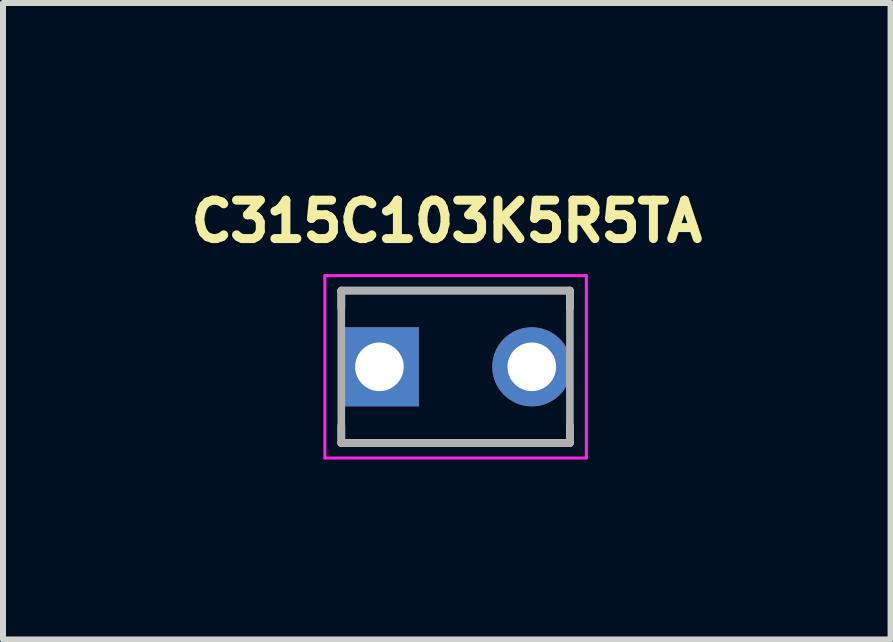
<source format=kicad_pcb>
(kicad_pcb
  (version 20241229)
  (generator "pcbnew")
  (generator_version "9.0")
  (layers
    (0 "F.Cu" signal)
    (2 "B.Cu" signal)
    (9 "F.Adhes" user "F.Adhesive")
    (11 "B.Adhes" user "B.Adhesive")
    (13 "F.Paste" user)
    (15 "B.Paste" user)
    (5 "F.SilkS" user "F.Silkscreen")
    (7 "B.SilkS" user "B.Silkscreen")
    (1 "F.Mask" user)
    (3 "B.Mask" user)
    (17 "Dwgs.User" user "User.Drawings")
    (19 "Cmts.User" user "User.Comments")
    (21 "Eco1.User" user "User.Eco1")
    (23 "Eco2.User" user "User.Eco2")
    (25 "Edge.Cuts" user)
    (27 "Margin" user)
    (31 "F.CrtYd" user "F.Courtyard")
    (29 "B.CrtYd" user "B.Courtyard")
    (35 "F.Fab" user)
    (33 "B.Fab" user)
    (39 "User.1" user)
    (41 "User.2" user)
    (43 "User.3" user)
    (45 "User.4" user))
  (footprint "C315C103K5R5TA"
    (layer "F.Cu")
    (at 4.544 3.064)
    (property "Reference" "C315C103K5R5TA" (at -0.147 -2.426 0) (layer "F.SilkS") (effects (font (size 0.64 0.64) (thickness 0.15))))
    (attr through_hole)
    (fp_line (start -1.905 -1.27) (end -1.905 -0.979) (stroke (width 0.127) (type solid)) (layer "F.SilkS"))
    (fp_line (start -1.905 1.27) (end -1.905 0.979) (stroke (width 0.127) (type solid)) (layer "F.SilkS"))
    (fp_line (start -1.905 1.27) (end 1.905 1.27) (stroke (width 0.127) (type solid)) (layer "F.SilkS"))
    (fp_line (start 1.905 -1.27) (end -1.905 -1.27) (stroke (width 0.127) (type solid)) (layer "F.SilkS"))
    (fp_line (start 1.905 -0.979) (end 1.905 -1.27) (stroke (width 0.127) (type solid)) (layer "F.SilkS"))
    (fp_line (start 1.905 1.27) (end 1.905 0.979) (stroke (width 0.127) (type solid)) (layer "F.SilkS"))
    (fp_line (start -2.179 -1.52) (end -2.179 1.52) (stroke (width 0.05) (type solid)) (layer "F.CrtYd"))
    (fp_line (start -2.179 1.52) (end 2.179 1.52) (stroke (width 0.05) (type solid)) (layer "F.CrtYd"))
    (fp_line (start 2.179 -1.52) (end -2.179 -1.52) (stroke (width 0.05) (type solid)) (layer "F.CrtYd"))
    (fp_line (start 2.179 1.52) (end 2.179 -1.52) (stroke (width 0.05) (type solid)) (layer "F.CrtYd"))
    (fp_line (start -1.905 -1.27) (end -1.905 1.27) (stroke (width 0.127) (type solid)) (layer "F.Fab"))
    (fp_line (start -1.905 1.27) (end 1.905 1.27) (stroke (width 0.127) (type solid)) (layer "F.Fab"))
    (fp_line (start 1.905 -1.27) (end -1.905 -1.27) (stroke (width 0.127) (type solid)) (layer "F.Fab"))
    (fp_line (start 1.905 1.27) (end 1.905 -1.27) (stroke (width 0.127) (type solid)) (layer "F.Fab"))
    (pad "1" thru_hole rect (at -1.27 0) (size 1.318 1.318) (drill 0.81) (layers "*.Cu" "*.Mask"))
    (pad "2" thru_hole circle (at 1.27 0) (size 1.318 1.318) (drill 0.81) (layers "*.Cu" "*.Mask")))
  (gr_rect
    (start -3 -3)
    (end 11.794 7.609)
    (stroke (width 0.1) (type default))
    (fill no)
    (layer "Edge.Cuts")))
</source>
